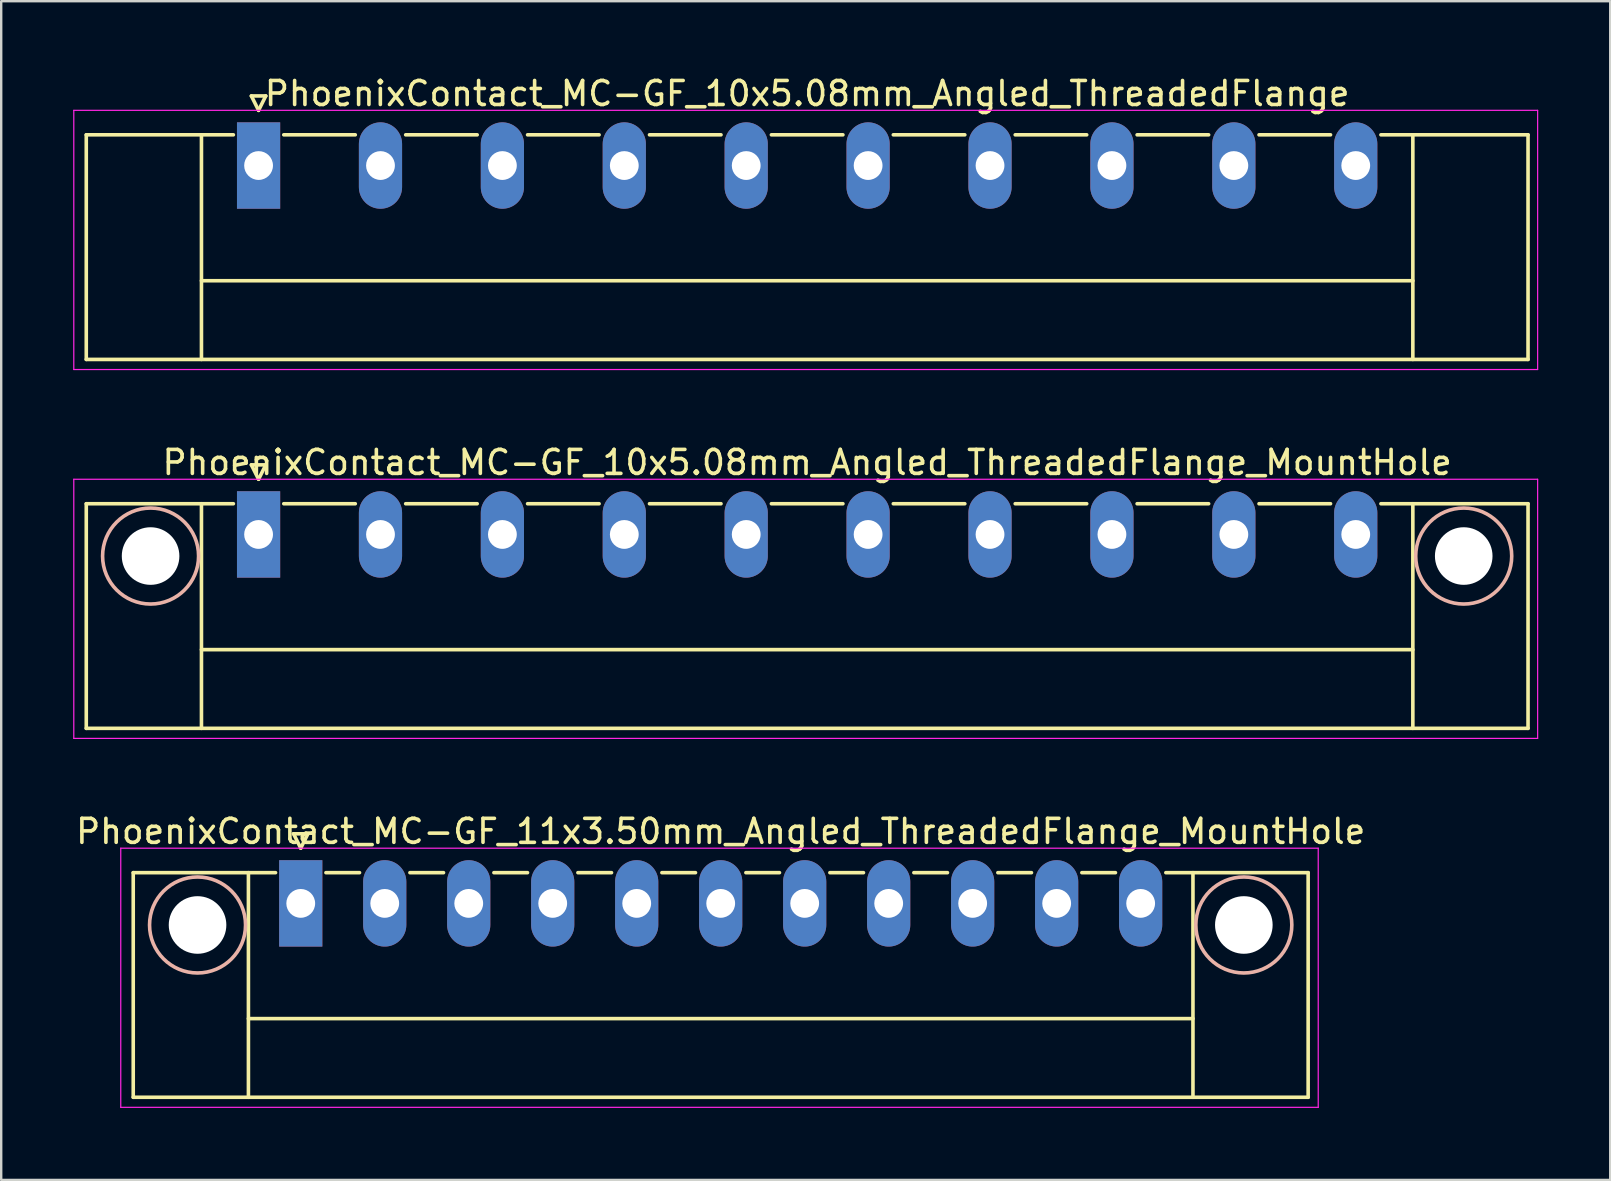
<source format=kicad_pcb>
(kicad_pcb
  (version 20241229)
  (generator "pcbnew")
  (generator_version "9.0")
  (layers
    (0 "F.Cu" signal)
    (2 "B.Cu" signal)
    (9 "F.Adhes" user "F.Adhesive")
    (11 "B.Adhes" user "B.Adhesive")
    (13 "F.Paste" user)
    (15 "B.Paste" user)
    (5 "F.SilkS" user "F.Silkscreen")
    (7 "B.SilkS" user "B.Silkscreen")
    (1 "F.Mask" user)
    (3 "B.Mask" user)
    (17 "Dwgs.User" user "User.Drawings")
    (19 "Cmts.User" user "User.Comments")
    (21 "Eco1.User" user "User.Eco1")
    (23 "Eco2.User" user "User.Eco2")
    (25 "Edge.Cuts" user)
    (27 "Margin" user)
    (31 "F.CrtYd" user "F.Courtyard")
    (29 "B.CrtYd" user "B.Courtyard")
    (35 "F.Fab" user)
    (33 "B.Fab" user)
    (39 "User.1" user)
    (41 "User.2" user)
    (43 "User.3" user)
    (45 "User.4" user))
  (footprint "PhoenixContact_MC-GF_10x5.08mm_Angled_ThreadedFlange"
    (layer "F.Cu")
    (at 7.725 3.848)
    (property "Reference" "PhoenixContact_MC-GF_10x5.08mm_Angled_ThreadedFlange" (at 22.86 -3 0) (layer "F.SilkS") (effects (font (size 1 1) (thickness 0.15))))
    (attr through_hole)
    (fp_line (start -7.18 -1.28) (end -7.18 8.08) (stroke (width 0.15) (type solid)) (layer "F.SilkS"))
    (fp_line (start -7.18 -1.28) (end -1.05 -1.28) (stroke (width 0.15) (type solid)) (layer "F.SilkS"))
    (fp_line (start -7.18 8.08) (end 52.9 8.08) (stroke (width 0.15) (type solid)) (layer "F.SilkS"))
    (fp_line (start -2.38 -1.28) (end -2.38 8.08) (stroke (width 0.15) (type solid)) (layer "F.SilkS"))
    (fp_line (start -2.38 4.8) (end 48.1 4.8) (stroke (width 0.15) (type solid)) (layer "F.SilkS"))
    (fp_line (start -0.3 -2.9) (end 0 -2.3) (stroke (width 0.15) (type solid)) (layer "F.SilkS"))
    (fp_line (start 0 -2.3) (end 0.3 -2.9) (stroke (width 0.15) (type solid)) (layer "F.SilkS"))
    (fp_line (start 0.3 -2.9) (end -0.3 -2.9) (stroke (width 0.15) (type solid)) (layer "F.SilkS"))
    (fp_line (start 1.05 -1.28) (end 4.03 -1.28) (stroke (width 0.15) (type solid)) (layer "F.SilkS"))
    (fp_line (start 6.13 -1.28) (end 9.11 -1.28) (stroke (width 0.15) (type solid)) (layer "F.SilkS"))
    (fp_line (start 11.21 -1.28) (end 14.19 -1.28) (stroke (width 0.15) (type solid)) (layer "F.SilkS"))
    (fp_line (start 16.29 -1.28) (end 19.27 -1.28) (stroke (width 0.15) (type solid)) (layer "F.SilkS"))
    (fp_line (start 21.37 -1.28) (end 24.35 -1.28) (stroke (width 0.15) (type solid)) (layer "F.SilkS"))
    (fp_line (start 26.45 -1.28) (end 29.43 -1.28) (stroke (width 0.15) (type solid)) (layer "F.SilkS"))
    (fp_line (start 31.53 -1.28) (end 34.51 -1.28) (stroke (width 0.15) (type solid)) (layer "F.SilkS"))
    (fp_line (start 36.61 -1.28) (end 39.59 -1.28) (stroke (width 0.15) (type solid)) (layer "F.SilkS"))
    (fp_line (start 41.69 -1.28) (end 44.67 -1.28) (stroke (width 0.15) (type solid)) (layer "F.SilkS"))
    (fp_line (start 48.1 -1.28) (end 48.1 8.08) (stroke (width 0.15) (type solid)) (layer "F.SilkS"))
    (fp_line (start 52.9 -1.28) (end 46.77 -1.28) (stroke (width 0.15) (type solid)) (layer "F.SilkS"))
    (fp_line (start 52.9 8.08) (end 52.9 -1.28) (stroke (width 0.15) (type solid)) (layer "F.SilkS"))
    (fp_line (start -7.7 -2.3) (end -7.7 8.5) (stroke (width 0.05) (type solid)) (layer "F.CrtYd"))
    (fp_line (start -7.7 8.5) (end 53.3 8.5) (stroke (width 0.05) (type solid)) (layer "F.CrtYd"))
    (fp_line (start 53.3 -2.3) (end -7.7 -2.3) (stroke (width 0.05) (type solid)) (layer "F.CrtYd"))
    (fp_line (start 53.3 8.5) (end 53.3 -2.3) (stroke (width 0.05) (type solid)) (layer "F.CrtYd"))
    (pad "1" thru_hole rect (at 0 0) (size 1.8 3.6) (drill 1.2) (layers "*.Cu" "*.Mask"))
    (pad "2" thru_hole oval (at 5.08 0) (size 1.8 3.6) (drill 1.2) (layers "*.Cu" "*.Mask"))
    (pad "3" thru_hole oval (at 10.16 0) (size 1.8 3.6) (drill 1.2) (layers "*.Cu" "*.Mask"))
    (pad "4" thru_hole oval (at 15.24 0) (size 1.8 3.6) (drill 1.2) (layers "*.Cu" "*.Mask"))
    (pad "5" thru_hole oval (at 20.32 0) (size 1.8 3.6) (drill 1.2) (layers "*.Cu" "*.Mask"))
    (pad "6" thru_hole oval (at 25.4 0) (size 1.8 3.6) (drill 1.2) (layers "*.Cu" "*.Mask"))
    (pad "7" thru_hole oval (at 30.48 0) (size 1.8 3.6) (drill 1.2) (layers "*.Cu" "*.Mask"))
    (pad "8" thru_hole oval (at 35.56 0) (size 1.8 3.6) (drill 1.2) (layers "*.Cu" "*.Mask"))
    (pad "9" thru_hole oval (at 40.64 0) (size 1.8 3.6) (drill 1.2) (layers "*.Cu" "*.Mask"))
    (pad "10" thru_hole oval (at 45.72 0) (size 1.8 3.6) (drill 1.2) (layers "*.Cu" "*.Mask")))
  (footprint "PhoenixContact_MC-GF_10x5.08mm_Angled_ThreadedFlange_MountHole"
    (layer "F.Cu")
    (at 7.725 19.221)
    (property "Reference" "PhoenixContact_MC-GF_10x5.08mm_Angled_ThreadedFlange_MountHole" (at 22.86 -3 0) (layer "F.SilkS") (effects (font (size 1 1) (thickness 0.15))))
    (attr through_hole)
    (fp_line (start -7.18 -1.28) (end -7.18 8.08) (stroke (width 0.15) (type solid)) (layer "F.SilkS"))
    (fp_line (start -7.18 -1.28) (end -1.05 -1.28) (stroke (width 0.15) (type solid)) (layer "F.SilkS"))
    (fp_line (start -7.18 8.08) (end 52.9 8.08) (stroke (width 0.15) (type solid)) (layer "F.SilkS"))
    (fp_line (start -2.38 -1.28) (end -2.38 8.08) (stroke (width 0.15) (type solid)) (layer "F.SilkS"))
    (fp_line (start -2.38 4.8) (end 48.1 4.8) (stroke (width 0.15) (type solid)) (layer "F.SilkS"))
    (fp_line (start -0.3 -2.9) (end 0 -2.3) (stroke (width 0.15) (type solid)) (layer "F.SilkS"))
    (fp_line (start 0 -2.3) (end 0.3 -2.9) (stroke (width 0.15) (type solid)) (layer "F.SilkS"))
    (fp_line (start 0.3 -2.9) (end -0.3 -2.9) (stroke (width 0.15) (type solid)) (layer "F.SilkS"))
    (fp_line (start 1.05 -1.28) (end 4.03 -1.28) (stroke (width 0.15) (type solid)) (layer "F.SilkS"))
    (fp_line (start 6.13 -1.28) (end 9.11 -1.28) (stroke (width 0.15) (type solid)) (layer "F.SilkS"))
    (fp_line (start 11.21 -1.28) (end 14.19 -1.28) (stroke (width 0.15) (type solid)) (layer "F.SilkS"))
    (fp_line (start 16.29 -1.28) (end 19.27 -1.28) (stroke (width 0.15) (type solid)) (layer "F.SilkS"))
    (fp_line (start 21.37 -1.28) (end 24.35 -1.28) (stroke (width 0.15) (type solid)) (layer "F.SilkS"))
    (fp_line (start 26.45 -1.28) (end 29.43 -1.28) (stroke (width 0.15) (type solid)) (layer "F.SilkS"))
    (fp_line (start 31.53 -1.28) (end 34.51 -1.28) (stroke (width 0.15) (type solid)) (layer "F.SilkS"))
    (fp_line (start 36.61 -1.28) (end 39.59 -1.28) (stroke (width 0.15) (type solid)) (layer "F.SilkS"))
    (fp_line (start 41.69 -1.28) (end 44.67 -1.28) (stroke (width 0.15) (type solid)) (layer "F.SilkS"))
    (fp_line (start 48.1 -1.28) (end 48.1 8.08) (stroke (width 0.15) (type solid)) (layer "F.SilkS"))
    (fp_line (start 52.9 -1.28) (end 46.77 -1.28) (stroke (width 0.15) (type solid)) (layer "F.SilkS"))
    (fp_line (start 52.9 8.08) (end 52.9 -1.28) (stroke (width 0.15) (type solid)) (layer "F.SilkS"))
    (fp_circle (center -4.5 0.9) (end -2.5 0.9) (stroke (width 0.15) (type solid)) (fill no) (layer "B.SilkS"))
    (fp_circle (center 50.22 0.9) (end 52.22 0.9) (stroke (width 0.15) (type solid)) (fill no) (layer "B.SilkS"))
    (fp_line (start -7.7 -2.3) (end -7.7 8.5) (stroke (width 0.05) (type solid)) (layer "F.CrtYd"))
    (fp_line (start -7.7 8.5) (end 53.3 8.5) (stroke (width 0.05) (type solid)) (layer "F.CrtYd"))
    (fp_line (start 53.3 -2.3) (end -7.7 -2.3) (stroke (width 0.05) (type solid)) (layer "F.CrtYd"))
    (fp_line (start 53.3 8.5) (end 53.3 -2.3) (stroke (width 0.05) (type solid)) (layer "F.CrtYd"))
    (pad "" np_thru_hole circle (at -4.5 0.9) (size 2.4 2.4) (drill 2.4) (layers "*.Cu" "*.Mask"))
    (pad "" np_thru_hole circle (at 50.22 0.9) (size 2.4 2.4) (drill 2.4) (layers "*.Cu" "*.Mask"))
    (pad "1" thru_hole rect (at 0 0) (size 1.8 3.6) (drill 1.2) (layers "*.Cu" "*.Mask"))
    (pad "2" thru_hole oval (at 5.08 0) (size 1.8 3.6) (drill 1.2) (layers "*.Cu" "*.Mask"))
    (pad "3" thru_hole oval (at 10.16 0) (size 1.8 3.6) (drill 1.2) (layers "*.Cu" "*.Mask"))
    (pad "4" thru_hole oval (at 15.24 0) (size 1.8 3.6) (drill 1.2) (layers "*.Cu" "*.Mask"))
    (pad "5" thru_hole oval (at 20.32 0) (size 1.8 3.6) (drill 1.2) (layers "*.Cu" "*.Mask"))
    (pad "6" thru_hole oval (at 25.4 0) (size 1.8 3.6) (drill 1.2) (layers "*.Cu" "*.Mask"))
    (pad "7" thru_hole oval (at 30.48 0) (size 1.8 3.6) (drill 1.2) (layers "*.Cu" "*.Mask"))
    (pad "8" thru_hole oval (at 35.56 0) (size 1.8 3.6) (drill 1.2) (layers "*.Cu" "*.Mask"))
    (pad "9" thru_hole oval (at 40.64 0) (size 1.8 3.6) (drill 1.2) (layers "*.Cu" "*.Mask"))
    (pad "10" thru_hole oval (at 45.72 0) (size 1.8 3.6) (drill 1.2) (layers "*.Cu" "*.Mask")))
  (footprint "PhoenixContact_MC-GF_11x3.50mm_Angled_ThreadedFlange_MountHole"
    (layer "F.Cu")
    (at 9.482 34.595)
    (property "Reference" "PhoenixContact_MC-GF_11x3.50mm_Angled_ThreadedFlange_MountHole" (at 17.5 -3 0) (layer "F.SilkS") (effects (font (size 1 1) (thickness 0.15))))
    (attr through_hole)
    (fp_line (start -6.98 -1.28) (end -6.98 8.08) (stroke (width 0.15) (type solid)) (layer "F.SilkS"))
    (fp_line (start -6.98 -1.28) (end -1.05 -1.28) (stroke (width 0.15) (type solid)) (layer "F.SilkS"))
    (fp_line (start -6.98 8.08) (end 41.98 8.08) (stroke (width 0.15) (type solid)) (layer "F.SilkS"))
    (fp_line (start -2.18 -1.28) (end -2.18 8.08) (stroke (width 0.15) (type solid)) (layer "F.SilkS"))
    (fp_line (start -2.18 4.8) (end 37.18 4.8) (stroke (width 0.15) (type solid)) (layer "F.SilkS"))
    (fp_line (start -0.3 -2.9) (end 0 -2.3) (stroke (width 0.15) (type solid)) (layer "F.SilkS"))
    (fp_line (start 0 -2.3) (end 0.3 -2.9) (stroke (width 0.15) (type solid)) (layer "F.SilkS"))
    (fp_line (start 0.3 -2.9) (end -0.3 -2.9) (stroke (width 0.15) (type solid)) (layer "F.SilkS"))
    (fp_line (start 1.05 -1.28) (end 2.45 -1.28) (stroke (width 0.15) (type solid)) (layer "F.SilkS"))
    (fp_line (start 4.55 -1.28) (end 5.95 -1.28) (stroke (width 0.15) (type solid)) (layer "F.SilkS"))
    (fp_line (start 8.05 -1.28) (end 9.45 -1.28) (stroke (width 0.15) (type solid)) (layer "F.SilkS"))
    (fp_line (start 11.55 -1.28) (end 12.95 -1.28) (stroke (width 0.15) (type solid)) (layer "F.SilkS"))
    (fp_line (start 15.05 -1.28) (end 16.45 -1.28) (stroke (width 0.15) (type solid)) (layer "F.SilkS"))
    (fp_line (start 18.55 -1.28) (end 19.95 -1.28) (stroke (width 0.15) (type solid)) (layer "F.SilkS"))
    (fp_line (start 22.05 -1.28) (end 23.45 -1.28) (stroke (width 0.15) (type solid)) (layer "F.SilkS"))
    (fp_line (start 25.55 -1.28) (end 26.95 -1.28) (stroke (width 0.15) (type solid)) (layer "F.SilkS"))
    (fp_line (start 29.05 -1.28) (end 30.45 -1.28) (stroke (width 0.15) (type solid)) (layer "F.SilkS"))
    (fp_line (start 32.55 -1.28) (end 33.95 -1.28) (stroke (width 0.15) (type solid)) (layer "F.SilkS"))
    (fp_line (start 37.18 -1.28) (end 37.18 8.08) (stroke (width 0.15) (type solid)) (layer "F.SilkS"))
    (fp_line (start 41.98 -1.28) (end 36.05 -1.28) (stroke (width 0.15) (type solid)) (layer "F.SilkS"))
    (fp_line (start 41.98 8.08) (end 41.98 -1.28) (stroke (width 0.15) (type solid)) (layer "F.SilkS"))
    (fp_circle (center -4.3 0.9) (end -2.3 0.9) (stroke (width 0.15) (type solid)) (fill no) (layer "B.SilkS"))
    (fp_circle (center 39.3 0.9) (end 41.3 0.9) (stroke (width 0.15) (type solid)) (fill no) (layer "B.SilkS"))
    (fp_line (start -7.5 -2.3) (end -7.5 8.5) (stroke (width 0.05) (type solid)) (layer "F.CrtYd"))
    (fp_line (start -7.5 8.5) (end 42.4 8.5) (stroke (width 0.05) (type solid)) (layer "F.CrtYd"))
    (fp_line (start 42.4 -2.3) (end -7.5 -2.3) (stroke (width 0.05) (type solid)) (layer "F.CrtYd"))
    (fp_line (start 42.4 8.5) (end 42.4 -2.3) (stroke (width 0.05) (type solid)) (layer "F.CrtYd"))
    (pad "" np_thru_hole circle (at -4.3 0.9) (size 2.4 2.4) (drill 2.4) (layers "*.Cu" "*.Mask"))
    (pad "" np_thru_hole circle (at 39.3 0.9) (size 2.4 2.4) (drill 2.4) (layers "*.Cu" "*.Mask"))
    (pad "1" thru_hole rect (at 0 0) (size 1.8 3.6) (drill 1.2) (layers "*.Cu" "*.Mask"))
    (pad "2" thru_hole oval (at 3.5 0) (size 1.8 3.6) (drill 1.2) (layers "*.Cu" "*.Mask"))
    (pad "3" thru_hole oval (at 7 0) (size 1.8 3.6) (drill 1.2) (layers "*.Cu" "*.Mask"))
    (pad "4" thru_hole oval (at 10.5 0) (size 1.8 3.6) (drill 1.2) (layers "*.Cu" "*.Mask"))
    (pad "5" thru_hole oval (at 14 0) (size 1.8 3.6) (drill 1.2) (layers "*.Cu" "*.Mask"))
    (pad "6" thru_hole oval (at 17.5 0) (size 1.8 3.6) (drill 1.2) (layers "*.Cu" "*.Mask"))
    (pad "7" thru_hole oval (at 21 0) (size 1.8 3.6) (drill 1.2) (layers "*.Cu" "*.Mask"))
    (pad "8" thru_hole oval (at 24.5 0) (size 1.8 3.6) (drill 1.2) (layers "*.Cu" "*.Mask"))
    (pad "9" thru_hole oval (at 28 0) (size 1.8 3.6) (drill 1.2) (layers "*.Cu" "*.Mask"))
    (pad "10" thru_hole oval (at 31.5 0) (size 1.8 3.6) (drill 1.2) (layers "*.Cu" "*.Mask"))
    (pad "11" thru_hole oval (at 35 0) (size 1.8 3.6) (drill 1.2) (layers "*.Cu" "*.Mask")))
  (gr_rect
    (start -3 -3)
    (end 64.05 46.12)
    (stroke (width 0.1) (type default))
    (fill no)
    (layer "Edge.Cuts")))
</source>
